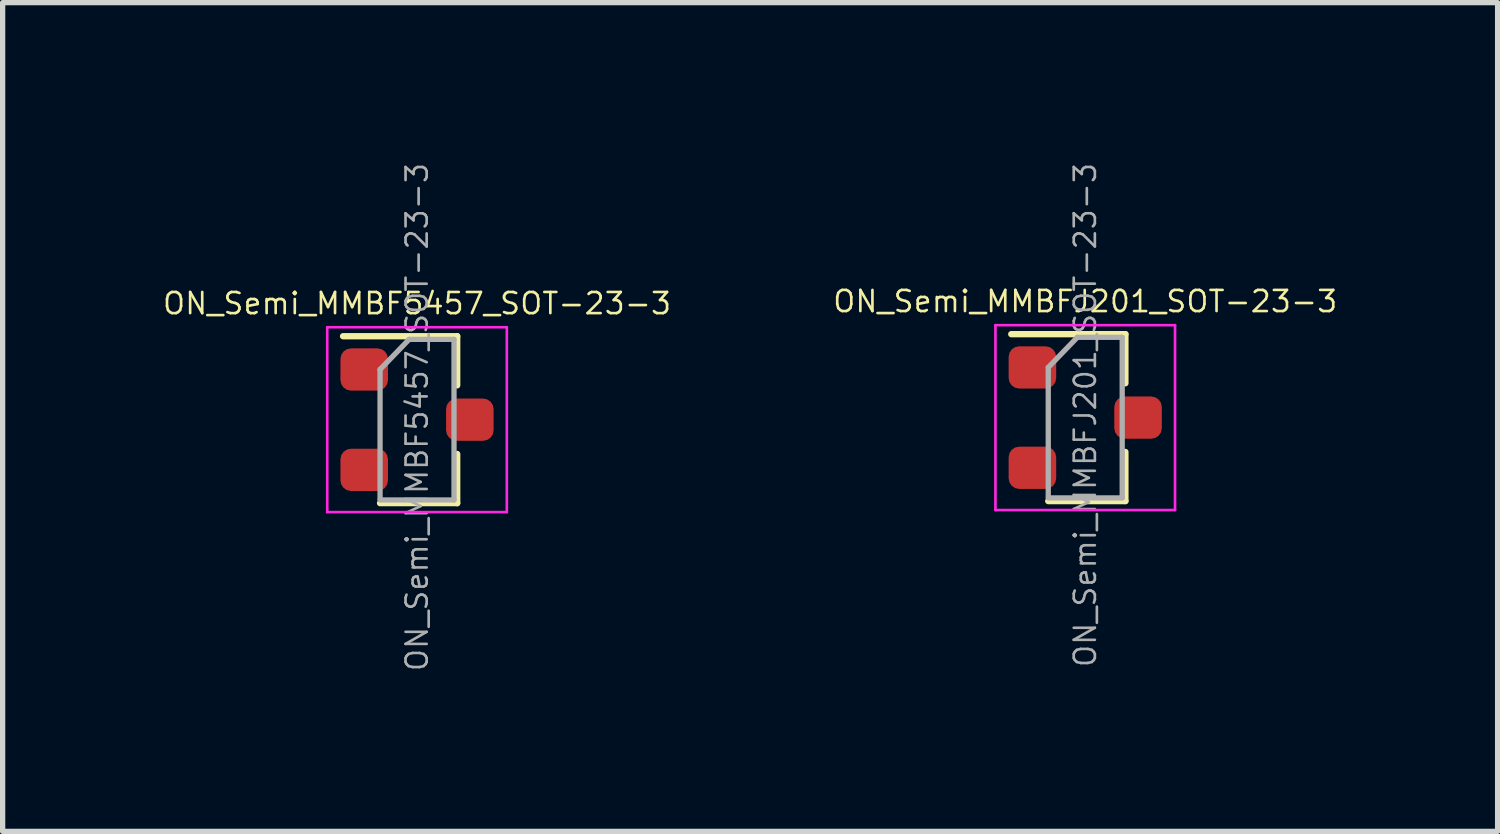
<source format=kicad_pcb>
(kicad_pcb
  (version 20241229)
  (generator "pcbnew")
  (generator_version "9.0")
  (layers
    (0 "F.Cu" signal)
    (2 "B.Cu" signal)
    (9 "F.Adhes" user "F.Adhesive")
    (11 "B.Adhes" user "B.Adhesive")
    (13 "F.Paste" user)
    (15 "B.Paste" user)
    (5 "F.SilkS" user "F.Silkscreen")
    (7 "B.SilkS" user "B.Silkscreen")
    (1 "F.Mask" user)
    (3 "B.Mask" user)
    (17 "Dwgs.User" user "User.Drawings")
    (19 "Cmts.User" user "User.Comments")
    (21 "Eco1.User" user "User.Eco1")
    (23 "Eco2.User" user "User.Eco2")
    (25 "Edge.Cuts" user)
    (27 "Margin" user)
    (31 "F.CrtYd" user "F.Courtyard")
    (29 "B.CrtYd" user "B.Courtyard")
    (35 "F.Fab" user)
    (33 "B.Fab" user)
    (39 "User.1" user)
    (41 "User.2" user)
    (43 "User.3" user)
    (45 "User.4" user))
  (footprint "ON_Semi_MMBFJ201_SOT-23-3"
    (layer "F.Cu")
    (at 17.495 4.856)
    (property "Reference" "ON_Semi_MMBFJ201_SOT-23-3" (at 0 -2.2 0) (layer "F.SilkS") (effects (font (size 0.4 0.4) (thickness 0.05))))
    (attr smd)
    (fp_line (start 0.76 -1.58) (end -1.4 -1.58) (stroke (width 0.12) (type solid)) (layer "F.SilkS"))
    (fp_line (start 0.76 -1.58) (end 0.76 -0.65) (stroke (width 0.12) (type solid)) (layer "F.SilkS"))
    (fp_line (start 0.76 1.58) (end -0.7 1.58) (stroke (width 0.12) (type solid)) (layer "F.SilkS"))
    (fp_line (start 0.76 1.58) (end 0.76 0.65) (stroke (width 0.12) (type solid)) (layer "F.SilkS"))
    (fp_line (start -1.7 -1.75) (end 1.7 -1.75) (stroke (width 0.05) (type solid)) (layer "F.CrtYd"))
    (fp_line (start -1.7 1.75) (end -1.7 -1.75) (stroke (width 0.05) (type solid)) (layer "F.CrtYd"))
    (fp_line (start 1.7 -1.75) (end 1.7 1.75) (stroke (width 0.05) (type solid)) (layer "F.CrtYd"))
    (fp_line (start 1.7 1.75) (end -1.7 1.75) (stroke (width 0.05) (type solid)) (layer "F.CrtYd"))
    (fp_line (start -0.7 -0.95) (end -0.7 1.5) (stroke (width 0.1) (type solid)) (layer "F.Fab"))
    (fp_line (start -0.7 -0.95) (end -0.15 -1.52) (stroke (width 0.1) (type solid)) (layer "F.Fab"))
    (fp_line (start -0.7 1.52) (end 0.7 1.52) (stroke (width 0.1) (type solid)) (layer "F.Fab"))
    (fp_line (start -0.15 -1.52) (end 0.7 -1.52) (stroke (width 0.1) (type solid)) (layer "F.Fab"))
    (fp_line (start 0.7 -1.52) (end 0.7 1.52) (stroke (width 0.1) (type solid)) (layer "F.Fab"))
    (fp_text user "${REFERENCE}" (at 0 -0.05 90) (layer "F.Fab") (effects (font (size 0.4 0.4) (thickness 0.05))))
    (pad "1" smd roundrect (at -1 -0.95) (size 0.9 0.8) (layers "F.Cu" "F.Mask" "F.Paste") (roundrect_rratio 0.25))
    (pad "2" smd roundrect (at -1 0.95) (size 0.9 0.8) (layers "F.Cu" "F.Mask" "F.Paste") (roundrect_rratio 0.25))
    (pad "3" smd roundrect (at 1 0) (size 0.9 0.8) (layers "F.Cu" "F.Mask" "F.Paste") (roundrect_rratio 0.25)))
  (footprint "ON_Semi_MMBF5457_SOT-23-3"
    (layer "F.Cu")
    (at 4.845 4.895)
    (property "Reference" "ON_Semi_MMBF5457_SOT-23-3" (at 0 -2.2 0) (layer "F.SilkS") (effects (font (size 0.4 0.4) (thickness 0.05))))
    (attr smd)
    (fp_line (start 0.76 -1.58) (end -1.4 -1.58) (stroke (width 0.12) (type solid)) (layer "F.SilkS"))
    (fp_line (start 0.76 -1.58) (end 0.76 -0.65) (stroke (width 0.12) (type solid)) (layer "F.SilkS"))
    (fp_line (start 0.76 1.58) (end -0.7 1.58) (stroke (width 0.12) (type solid)) (layer "F.SilkS"))
    (fp_line (start 0.76 1.58) (end 0.76 0.65) (stroke (width 0.12) (type solid)) (layer "F.SilkS"))
    (fp_line (start -1.7 -1.75) (end 1.7 -1.75) (stroke (width 0.05) (type solid)) (layer "F.CrtYd"))
    (fp_line (start -1.7 1.75) (end -1.7 -1.75) (stroke (width 0.05) (type solid)) (layer "F.CrtYd"))
    (fp_line (start 1.7 -1.75) (end 1.7 1.75) (stroke (width 0.05) (type solid)) (layer "F.CrtYd"))
    (fp_line (start 1.7 1.75) (end -1.7 1.75) (stroke (width 0.05) (type solid)) (layer "F.CrtYd"))
    (fp_line (start -0.7 -0.95) (end -0.7 1.5) (stroke (width 0.1) (type solid)) (layer "F.Fab"))
    (fp_line (start -0.7 -0.95) (end -0.15 -1.52) (stroke (width 0.1) (type solid)) (layer "F.Fab"))
    (fp_line (start -0.7 1.52) (end 0.7 1.52) (stroke (width 0.1) (type solid)) (layer "F.Fab"))
    (fp_line (start -0.15 -1.52) (end 0.7 -1.52) (stroke (width 0.1) (type solid)) (layer "F.Fab"))
    (fp_line (start 0.7 -1.52) (end 0.7 1.52) (stroke (width 0.1) (type solid)) (layer "F.Fab"))
    (fp_text user "${REFERENCE}" (at 0 -0.05 90) (layer "F.Fab") (effects (font (size 0.4 0.4) (thickness 0.05))))
    (pad "1" smd roundrect (at -1 -0.95) (size 0.9 0.8) (layers "F.Cu" "F.Mask" "F.Paste") (roundrect_rratio 0.25))
    (pad "2" smd roundrect (at -1 0.95) (size 0.9 0.8) (layers "F.Cu" "F.Mask" "F.Paste") (roundrect_rratio 0.25))
    (pad "3" smd roundrect (at 1 0) (size 0.9 0.8) (layers "F.Cu" "F.Mask" "F.Paste") (roundrect_rratio 0.25)))
  (gr_rect
    (start -3 -3)
    (end 25.302 12.689)
    (stroke (width 0.1) (type default))
    (fill no)
    (layer "Edge.Cuts")))
</source>
